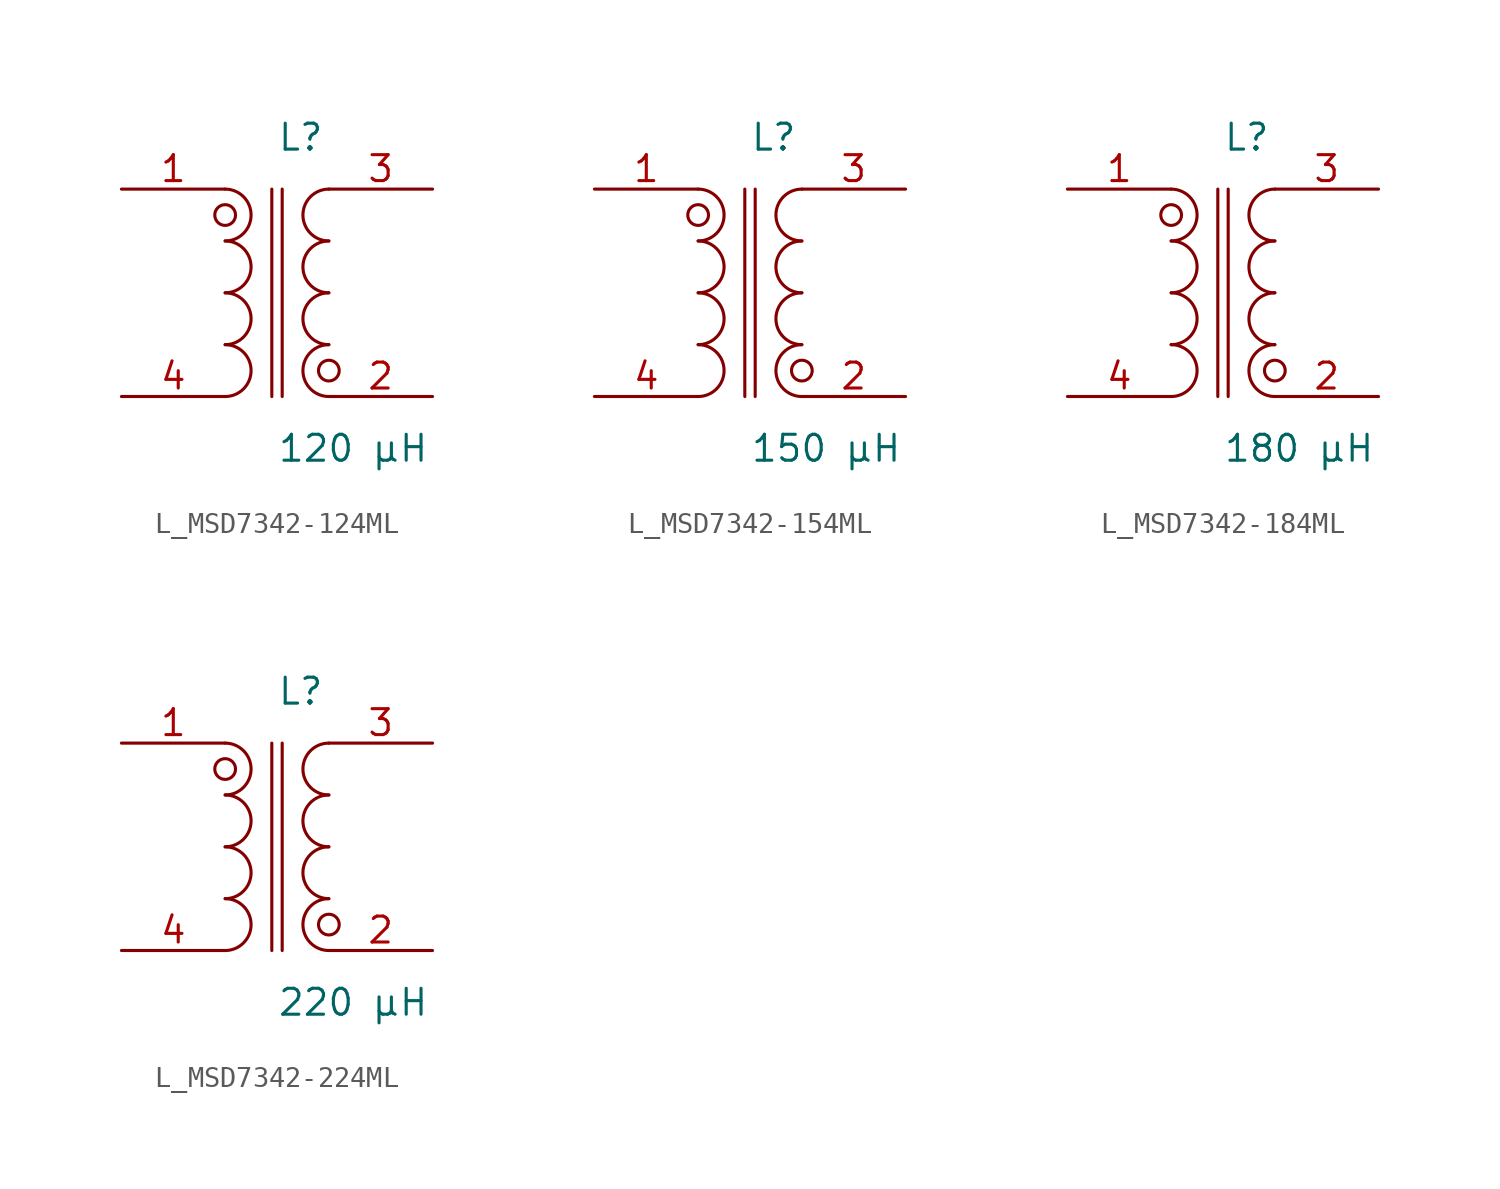
<source format=kicad_sym>
(kicad_symbol_lib
  (version 20231120)
  (generator kicad_symbol_editor)
  (generator_version 8.0)
  (symbol "L_MSD7342-124ML"
    (pin_names
      (offset 0.254))
    (property "Value" "120 µH"
      (at 0 -7.62 0)
      (effects (font (size 1.27 1.27)) (justify left)))
    (property "Reference" "L"
      (at 0 7.62 0)
      (effects (font (size 1.27 1.27)) (justify left)))
    (symbol "L_MSD7342-124ML_1_1"
      (arc (start -2.54 -5.08) (mid -1.27 -3.81) (end -2.54 -2.54) (stroke (width 0) (type default)) (fill (type none)))
      (arc (start -2.54 -2.54) (mid -1.27 -1.27) (end -2.54 0.0) (stroke (width 0) (type default)) (fill (type none)))
      (arc (start -2.54 0.0) (mid -1.27 1.27) (end -2.54 2.54) (stroke (width 0) (type default)) (fill (type none)))
      (arc (start -2.54 2.54) (mid -1.27 3.81) (end -2.54 5.08) (stroke (width 0) (type default)) (fill (type none)))
      (arc (start 2.54 5.08) (mid 1.27 3.81) (end 2.54 2.54) (stroke (width 0) (type default)) (fill (type none)))
      (arc (start 2.54 2.54) (mid 1.27 1.27) (end 2.54 0.0) (stroke (width 0) (type default)) (fill (type none)))
      (arc (start 2.54 0.0) (mid 1.27 -1.27) (end 2.54 -2.54) (stroke (width 0) (type default)) (fill (type none)))
      (arc (start 2.54 -2.54) (mid 1.27 -3.81) (end 2.54 -5.08) (stroke (width 0) (type default)) (fill (type none)))
      (circle (center -2.54 3.81) (radius 0.508) (stroke (width 0) (type default)) (fill (type none)))
      (circle (center 2.54 -3.81) (radius 0.508) (stroke (width 0) (type default)) (fill (type none)))
      (polyline (pts (xy -0.254 5.08) (xy -0.254 -5.08)) (stroke (width 0) (type default)) (fill (type none)))
      (polyline (pts (xy 0.254 5.08) (xy 0.254 -5.08)) (stroke (width 0) (type default)) (fill (type none)))
      (pin unspecified line (at -7.62 5.08 0) (length 5.08) (name "" (effects (font (size 1.27 1.27)))) (number "1" (effects (font (size 1.27 1.27)))))
      (pin unspecified line (at -7.62 -5.08 0) (length 5.08) (name "" (effects (font (size 1.27 1.27)))) (number "4" (effects (font (size 1.27 1.27)))))
      (pin unspecified line (at 7.62 5.08 180) (length 5.08) (name "" (effects (font (size 1.27 1.27)))) (number "3" (effects (font (size 1.27 1.27)))))
      (pin unspecified line (at 7.62 -5.08 180) (length 5.08) (name "" (effects (font (size 1.27 1.27)))) (number "2" (effects (font (size 1.27 1.27)))))))
  (symbol "L_MSD7342-154ML"
    (pin_names
      (offset 0.254))
    (property "Value" "150 µH"
      (at 0 -7.62 0)
      (effects (font (size 1.27 1.27)) (justify left)))
    (property "Reference" "L"
      (at 0 7.62 0)
      (effects (font (size 1.27 1.27)) (justify left)))
    (symbol "L_MSD7342-154ML_1_1"
      (arc (start -2.54 -5.08) (mid -1.27 -3.81) (end -2.54 -2.54) (stroke (width 0) (type default)) (fill (type none)))
      (arc (start -2.54 -2.54) (mid -1.27 -1.27) (end -2.54 0.0) (stroke (width 0) (type default)) (fill (type none)))
      (arc (start -2.54 0.0) (mid -1.27 1.27) (end -2.54 2.54) (stroke (width 0) (type default)) (fill (type none)))
      (arc (start -2.54 2.54) (mid -1.27 3.81) (end -2.54 5.08) (stroke (width 0) (type default)) (fill (type none)))
      (arc (start 2.54 5.08) (mid 1.27 3.81) (end 2.54 2.54) (stroke (width 0) (type default)) (fill (type none)))
      (arc (start 2.54 2.54) (mid 1.27 1.27) (end 2.54 0.0) (stroke (width 0) (type default)) (fill (type none)))
      (arc (start 2.54 0.0) (mid 1.27 -1.27) (end 2.54 -2.54) (stroke (width 0) (type default)) (fill (type none)))
      (arc (start 2.54 -2.54) (mid 1.27 -3.81) (end 2.54 -5.08) (stroke (width 0) (type default)) (fill (type none)))
      (circle (center -2.54 3.81) (radius 0.508) (stroke (width 0) (type default)) (fill (type none)))
      (circle (center 2.54 -3.81) (radius 0.508) (stroke (width 0) (type default)) (fill (type none)))
      (polyline (pts (xy -0.254 5.08) (xy -0.254 -5.08)) (stroke (width 0) (type default)) (fill (type none)))
      (polyline (pts (xy 0.254 5.08) (xy 0.254 -5.08)) (stroke (width 0) (type default)) (fill (type none)))
      (pin unspecified line (at -7.62 5.08 0) (length 5.08) (name "" (effects (font (size 1.27 1.27)))) (number "1" (effects (font (size 1.27 1.27)))))
      (pin unspecified line (at -7.62 -5.08 0) (length 5.08) (name "" (effects (font (size 1.27 1.27)))) (number "4" (effects (font (size 1.27 1.27)))))
      (pin unspecified line (at 7.62 5.08 180) (length 5.08) (name "" (effects (font (size 1.27 1.27)))) (number "3" (effects (font (size 1.27 1.27)))))
      (pin unspecified line (at 7.62 -5.08 180) (length 5.08) (name "" (effects (font (size 1.27 1.27)))) (number "2" (effects (font (size 1.27 1.27)))))))
  (symbol "L_MSD7342-184ML"
    (pin_names
      (offset 0.254))
    (property "Value" "180 µH"
      (at 0 -7.62 0)
      (effects (font (size 1.27 1.27)) (justify left)))
    (property "Reference" "L"
      (at 0 7.62 0)
      (effects (font (size 1.27 1.27)) (justify left)))
    (symbol "L_MSD7342-184ML_1_1"
      (arc (start -2.54 -5.08) (mid -1.27 -3.81) (end -2.54 -2.54) (stroke (width 0) (type default)) (fill (type none)))
      (arc (start -2.54 -2.54) (mid -1.27 -1.27) (end -2.54 0.0) (stroke (width 0) (type default)) (fill (type none)))
      (arc (start -2.54 0.0) (mid -1.27 1.27) (end -2.54 2.54) (stroke (width 0) (type default)) (fill (type none)))
      (arc (start -2.54 2.54) (mid -1.27 3.81) (end -2.54 5.08) (stroke (width 0) (type default)) (fill (type none)))
      (arc (start 2.54 5.08) (mid 1.27 3.81) (end 2.54 2.54) (stroke (width 0) (type default)) (fill (type none)))
      (arc (start 2.54 2.54) (mid 1.27 1.27) (end 2.54 0.0) (stroke (width 0) (type default)) (fill (type none)))
      (arc (start 2.54 0.0) (mid 1.27 -1.27) (end 2.54 -2.54) (stroke (width 0) (type default)) (fill (type none)))
      (arc (start 2.54 -2.54) (mid 1.27 -3.81) (end 2.54 -5.08) (stroke (width 0) (type default)) (fill (type none)))
      (circle (center -2.54 3.81) (radius 0.508) (stroke (width 0) (type default)) (fill (type none)))
      (circle (center 2.54 -3.81) (radius 0.508) (stroke (width 0) (type default)) (fill (type none)))
      (polyline (pts (xy -0.254 5.08) (xy -0.254 -5.08)) (stroke (width 0) (type default)) (fill (type none)))
      (polyline (pts (xy 0.254 5.08) (xy 0.254 -5.08)) (stroke (width 0) (type default)) (fill (type none)))
      (pin unspecified line (at -7.62 5.08 0) (length 5.08) (name "" (effects (font (size 1.27 1.27)))) (number "1" (effects (font (size 1.27 1.27)))))
      (pin unspecified line (at -7.62 -5.08 0) (length 5.08) (name "" (effects (font (size 1.27 1.27)))) (number "4" (effects (font (size 1.27 1.27)))))
      (pin unspecified line (at 7.62 5.08 180) (length 5.08) (name "" (effects (font (size 1.27 1.27)))) (number "3" (effects (font (size 1.27 1.27)))))
      (pin unspecified line (at 7.62 -5.08 180) (length 5.08) (name "" (effects (font (size 1.27 1.27)))) (number "2" (effects (font (size 1.27 1.27)))))))
  (symbol "L_MSD7342-224ML"
    (pin_names
      (offset 0.254))
    (property "Value" "220 µH"
      (at 0 -7.62 0)
      (effects (font (size 1.27 1.27)) (justify left)))
    (property "Reference" "L"
      (at 0 7.62 0)
      (effects (font (size 1.27 1.27)) (justify left)))
    (symbol "L_MSD7342-224ML_1_1"
      (arc (start -2.54 -5.08) (mid -1.27 -3.81) (end -2.54 -2.54) (stroke (width 0) (type default)) (fill (type none)))
      (arc (start -2.54 -2.54) (mid -1.27 -1.27) (end -2.54 0.0) (stroke (width 0) (type default)) (fill (type none)))
      (arc (start -2.54 0.0) (mid -1.27 1.27) (end -2.54 2.54) (stroke (width 0) (type default)) (fill (type none)))
      (arc (start -2.54 2.54) (mid -1.27 3.81) (end -2.54 5.08) (stroke (width 0) (type default)) (fill (type none)))
      (arc (start 2.54 5.08) (mid 1.27 3.81) (end 2.54 2.54) (stroke (width 0) (type default)) (fill (type none)))
      (arc (start 2.54 2.54) (mid 1.27 1.27) (end 2.54 0.0) (stroke (width 0) (type default)) (fill (type none)))
      (arc (start 2.54 0.0) (mid 1.27 -1.27) (end 2.54 -2.54) (stroke (width 0) (type default)) (fill (type none)))
      (arc (start 2.54 -2.54) (mid 1.27 -3.81) (end 2.54 -5.08) (stroke (width 0) (type default)) (fill (type none)))
      (circle (center -2.54 3.81) (radius 0.508) (stroke (width 0) (type default)) (fill (type none)))
      (circle (center 2.54 -3.81) (radius 0.508) (stroke (width 0) (type default)) (fill (type none)))
      (polyline (pts (xy -0.254 5.08) (xy -0.254 -5.08)) (stroke (width 0) (type default)) (fill (type none)))
      (polyline (pts (xy 0.254 5.08) (xy 0.254 -5.08)) (stroke (width 0) (type default)) (fill (type none)))
      (pin unspecified line (at -7.62 5.08 0) (length 5.08) (name "" (effects (font (size 1.27 1.27)))) (number "1" (effects (font (size 1.27 1.27)))))
      (pin unspecified line (at -7.62 -5.08 0) (length 5.08) (name "" (effects (font (size 1.27 1.27)))) (number "4" (effects (font (size 1.27 1.27)))))
      (pin unspecified line (at 7.62 5.08 180) (length 5.08) (name "" (effects (font (size 1.27 1.27)))) (number "3" (effects (font (size 1.27 1.27)))))
      (pin unspecified line (at 7.62 -5.08 180) (length 5.08) (name "" (effects (font (size 1.27 1.27)))) (number "2" (effects (font (size 1.27 1.27))))))))
</source>
